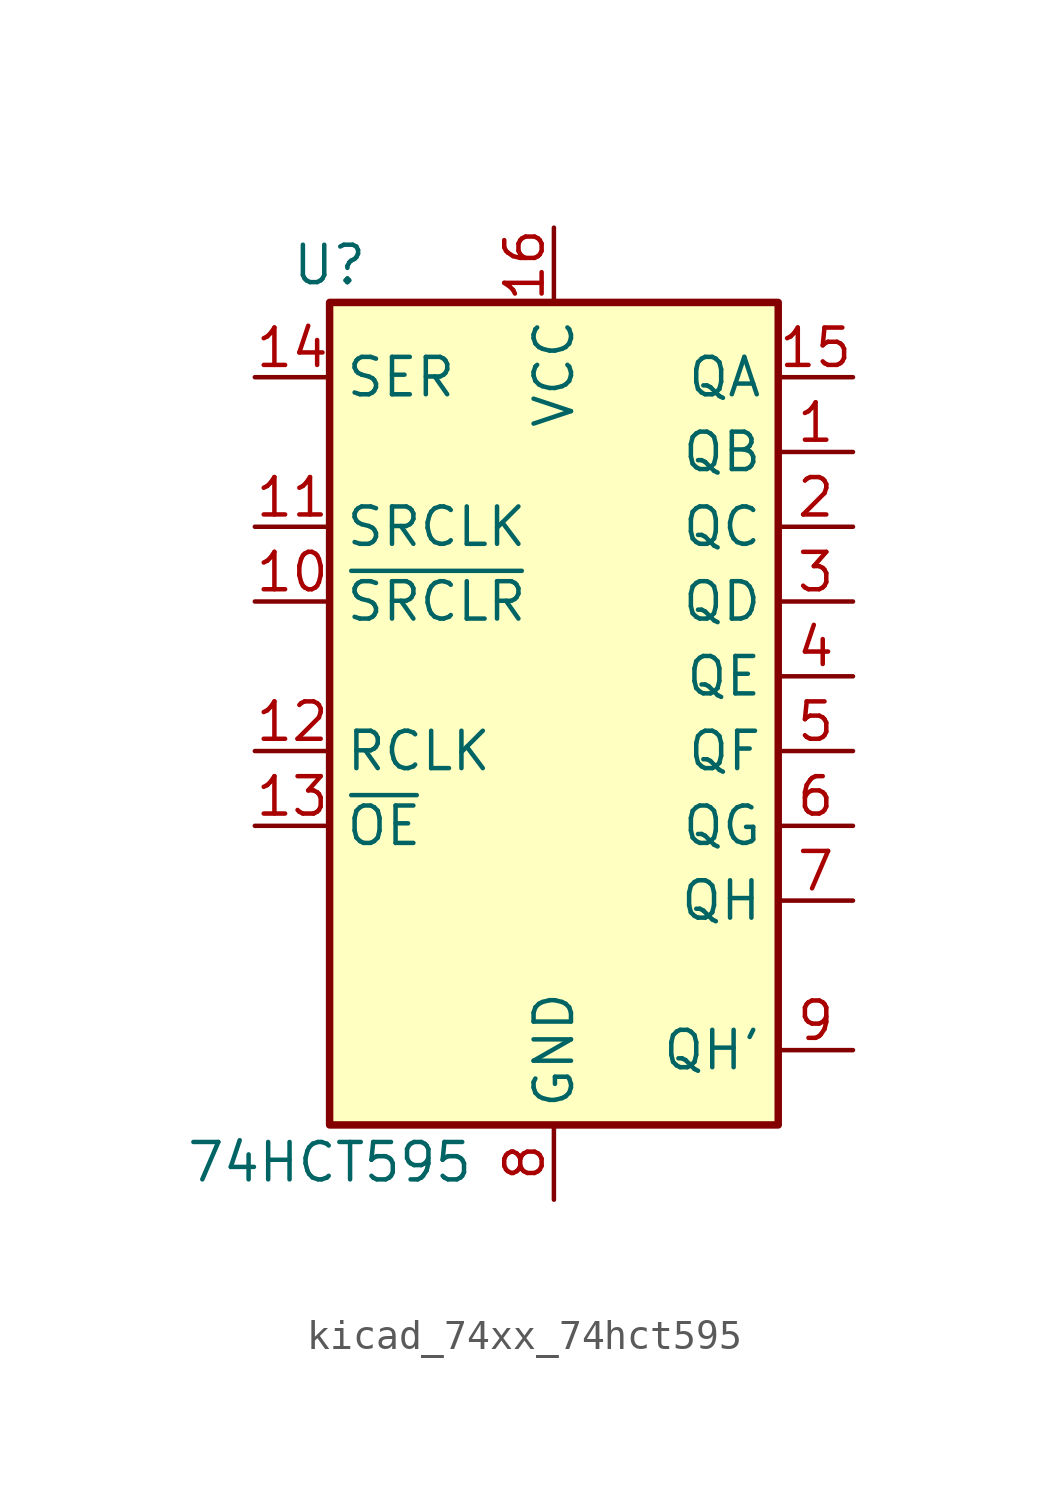
<source format=kicad_sym>
(kicad_symbol_lib
  (version 20220914)
  (generator kicad_symbol_editor)
  (symbol "kicad_74xx_74hct595"
    (property "Reference" "U"
      (at -7.62 13.97 0)
      (effects (font (size 1.27 1.27))))
    (property "Value" "74HCT595"
      (at -7.62 -16.51 0)
      (effects (font (size 1.27 1.27))))
    (symbol "kicad_74xx_74hct595_1_0"
      (pin tri_state line (at 10.16 7.62 180) (length 2.54) (name "QB" (effects (font (size 1.27 1.27)))) (number "1" (effects (font (size 1.27 1.27)))))
      (pin input line (at -10.16 2.54 0) (length 2.54) (name "~{SRCLR}" (effects (font (size 1.27 1.27)))) (number "10" (effects (font (size 1.27 1.27)))))
      (pin input line (at -10.16 5.08 0) (length 2.54) (name "SRCLK" (effects (font (size 1.27 1.27)))) (number "11" (effects (font (size 1.27 1.27)))))
      (pin input line (at -10.16 -2.54 0) (length 2.54) (name "RCLK" (effects (font (size 1.27 1.27)))) (number "12" (effects (font (size 1.27 1.27)))))
      (pin input line (at -10.16 -5.08 0) (length 2.54) (name "~{OE}" (effects (font (size 1.27 1.27)))) (number "13" (effects (font (size 1.27 1.27)))))
      (pin input line (at -10.16 10.16 0) (length 2.54) (name "SER" (effects (font (size 1.27 1.27)))) (number "14" (effects (font (size 1.27 1.27)))))
      (pin tri_state line (at 10.16 10.16 180) (length 2.54) (name "QA" (effects (font (size 1.27 1.27)))) (number "15" (effects (font (size 1.27 1.27)))))
      (pin power_in line (at 0 15.24 270) (length 2.54) (name "VCC" (effects (font (size 1.27 1.27)))) (number "16" (effects (font (size 1.27 1.27)))))
      (pin tri_state line (at 10.16 5.08 180) (length 2.54) (name "QC" (effects (font (size 1.27 1.27)))) (number "2" (effects (font (size 1.27 1.27)))))
      (pin tri_state line (at 10.16 2.54 180) (length 2.54) (name "QD" (effects (font (size 1.27 1.27)))) (number "3" (effects (font (size 1.27 1.27)))))
      (pin tri_state line (at 10.16 0 180) (length 2.54) (name "QE" (effects (font (size 1.27 1.27)))) (number "4" (effects (font (size 1.27 1.27)))))
      (pin tri_state line (at 10.16 -2.54 180) (length 2.54) (name "QF" (effects (font (size 1.27 1.27)))) (number "5" (effects (font (size 1.27 1.27)))))
      (pin tri_state line (at 10.16 -5.08 180) (length 2.54) (name "QG" (effects (font (size 1.27 1.27)))) (number "6" (effects (font (size 1.27 1.27)))))
      (pin tri_state line (at 10.16 -7.62 180) (length 2.54) (name "QH" (effects (font (size 1.27 1.27)))) (number "7" (effects (font (size 1.27 1.27)))))
      (pin power_in line (at 0 -17.78 90) (length 2.54) (name "GND" (effects (font (size 1.27 1.27)))) (number "8" (effects (font (size 1.27 1.27)))))
      (pin output line (at 10.16 -12.7 180) (length 2.54) (name "QH'" (effects (font (size 1.27 1.27)))) (number "9" (effects (font (size 1.27 1.27))))))
    (symbol "kicad_74xx_74hct595_1_1"
      (rectangle (start -7.62 12.7) (end 7.62 -15.24) (stroke (width 0.254) (type default)) (fill (type background))))))
</source>
